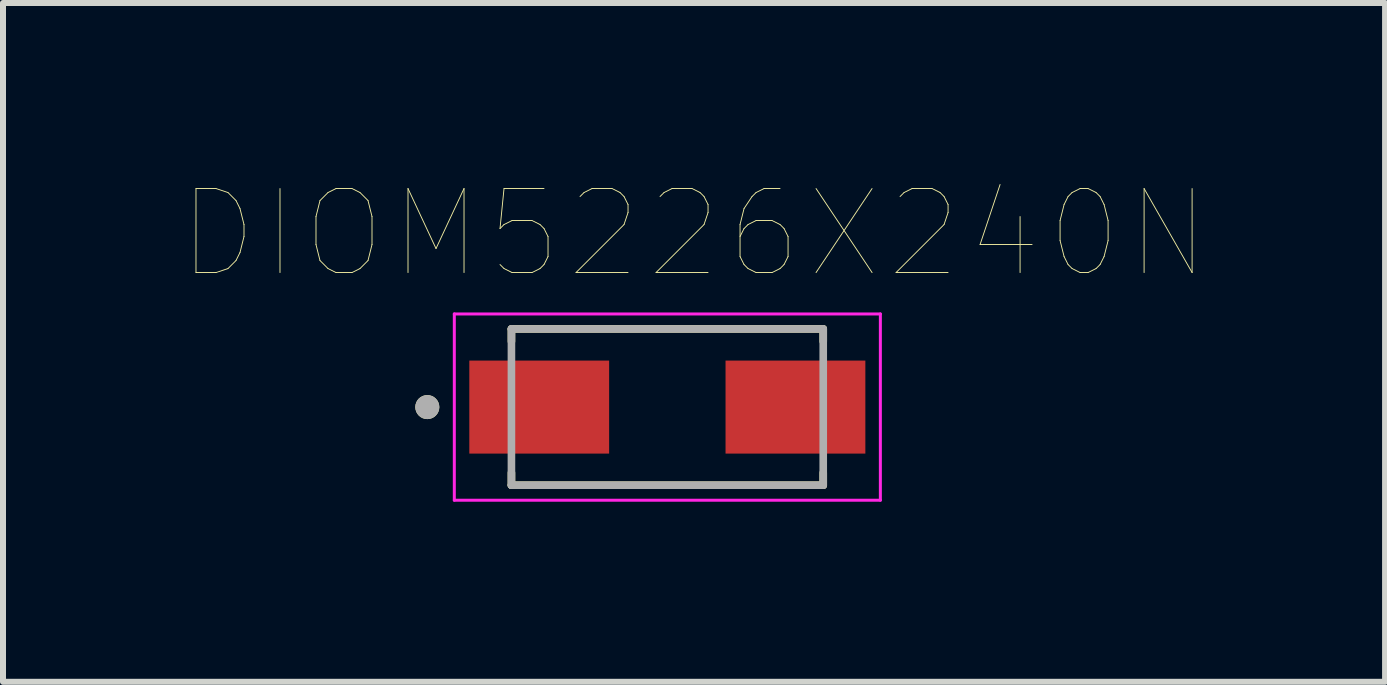
<source format=kicad_pcb>
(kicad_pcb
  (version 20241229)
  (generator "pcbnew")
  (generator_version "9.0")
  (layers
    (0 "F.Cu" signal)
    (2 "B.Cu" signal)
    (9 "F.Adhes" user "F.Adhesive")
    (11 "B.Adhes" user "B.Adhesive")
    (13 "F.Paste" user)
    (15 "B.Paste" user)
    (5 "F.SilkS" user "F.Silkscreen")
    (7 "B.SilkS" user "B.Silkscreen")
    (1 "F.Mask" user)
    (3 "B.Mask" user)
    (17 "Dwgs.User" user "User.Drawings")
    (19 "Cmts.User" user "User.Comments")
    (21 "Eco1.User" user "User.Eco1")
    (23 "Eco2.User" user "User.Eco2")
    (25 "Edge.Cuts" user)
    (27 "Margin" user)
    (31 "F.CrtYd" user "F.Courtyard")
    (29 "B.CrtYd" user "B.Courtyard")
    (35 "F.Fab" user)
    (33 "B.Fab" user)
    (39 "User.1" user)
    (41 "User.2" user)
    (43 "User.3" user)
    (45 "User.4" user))
  (footprint "DIOM5226X240N"
    (layer "F.Cu")
    (at 8.071 3.734)
    (property "Reference" "DIOM5226X240N" (at 0.445 -2.889 0) (layer "F.SilkS") (effects (font (size 1.4 1.4) (thickness 0.015))))
    (attr through_hole)
    (fp_line (start -2.598 -1.302) (end 2.598 -1.302) (stroke (width 0.127) (type solid)) (layer "F.SilkS"))
    (fp_line (start -2.598 -1.095) (end -2.598 -1.302) (stroke (width 0.127) (type solid)) (layer "F.SilkS"))
    (fp_line (start -2.598 1.302) (end -2.598 1.095) (stroke (width 0.127) (type solid)) (layer "F.SilkS"))
    (fp_line (start 2.598 -1.302) (end 2.598 -1.095) (stroke (width 0.127) (type solid)) (layer "F.SilkS"))
    (fp_line (start 2.598 1.095) (end 2.598 1.302) (stroke (width 0.127) (type solid)) (layer "F.SilkS"))
    (fp_line (start 2.598 1.302) (end -2.598 1.302) (stroke (width 0.127) (type solid)) (layer "F.SilkS"))
    (fp_circle (center -4 0) (end -3.9 0) (stroke (width 0.2) (type solid)) (fill no) (layer "F.SilkS"))
    (fp_line (start -3.55 -1.552) (end 3.55 -1.552) (stroke (width 0.05) (type solid)) (layer "F.CrtYd"))
    (fp_line (start -3.55 1.552) (end -3.55 -1.552) (stroke (width 0.05) (type solid)) (layer "F.CrtYd"))
    (fp_line (start 3.55 -1.552) (end 3.55 1.552) (stroke (width 0.05) (type solid)) (layer "F.CrtYd"))
    (fp_line (start 3.55 1.552) (end -3.55 1.552) (stroke (width 0.05) (type solid)) (layer "F.CrtYd"))
    (fp_line (start -2.598 -1.302) (end 2.598 -1.302) (stroke (width 0.127) (type solid)) (layer "F.Fab"))
    (fp_line (start -2.598 1.302) (end -2.598 -1.302) (stroke (width 0.127) (type solid)) (layer "F.Fab"))
    (fp_line (start 2.598 -1.302) (end 2.598 1.302) (stroke (width 0.127) (type solid)) (layer "F.Fab"))
    (fp_line (start 2.598 1.302) (end -2.598 1.302) (stroke (width 0.127) (type solid)) (layer "F.Fab"))
    (fp_circle (center -4 0) (end -3.9 0) (stroke (width 0.2) (type solid)) (fill no) (layer "F.Fab"))
    (pad "A" smd rect (at 2.135 0) (size 2.33 1.55) (layers "F.Cu" "F.Mask" "F.Paste"))
    (pad "C" smd rect (at -2.135 0) (size 2.33 1.55) (layers "F.Cu" "F.Mask" "F.Paste")))
  (gr_rect
    (start -3 -3)
    (end 20.032 8.312)
    (stroke (width 0.1) (type default))
    (fill no)
    (layer "Edge.Cuts")))
</source>
